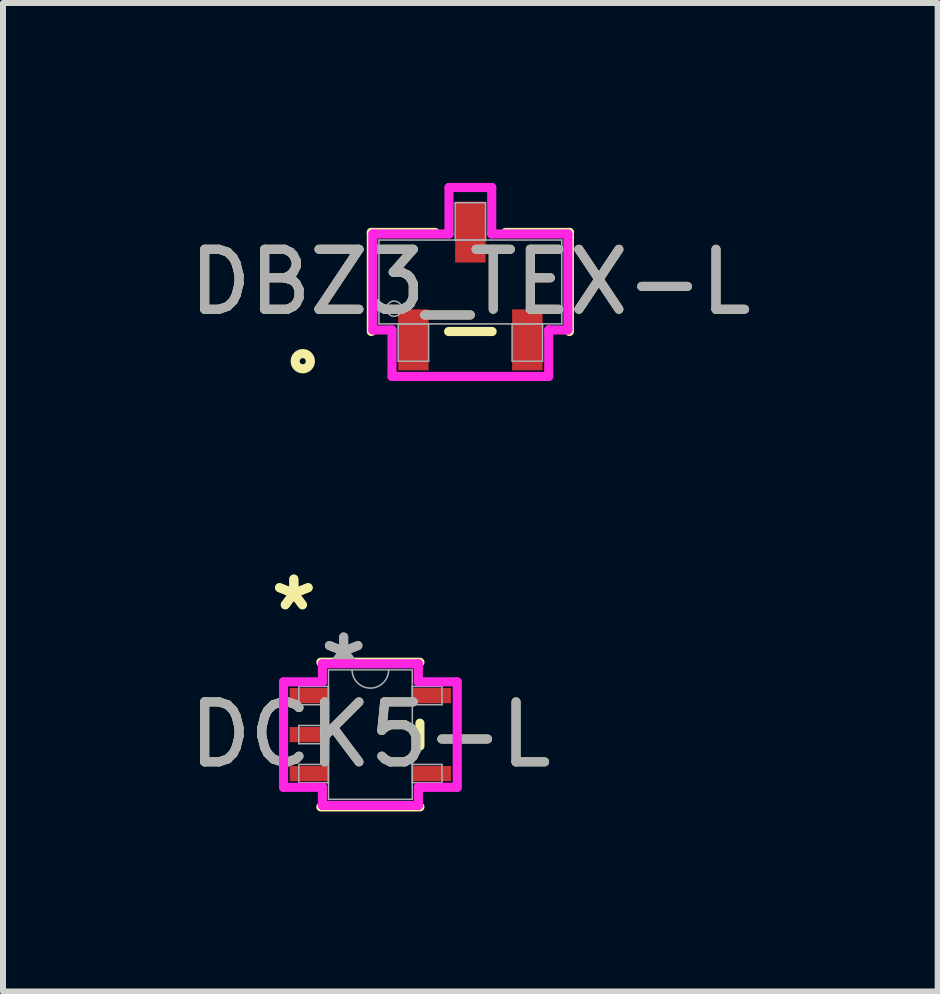
<source format=kicad_pcb>
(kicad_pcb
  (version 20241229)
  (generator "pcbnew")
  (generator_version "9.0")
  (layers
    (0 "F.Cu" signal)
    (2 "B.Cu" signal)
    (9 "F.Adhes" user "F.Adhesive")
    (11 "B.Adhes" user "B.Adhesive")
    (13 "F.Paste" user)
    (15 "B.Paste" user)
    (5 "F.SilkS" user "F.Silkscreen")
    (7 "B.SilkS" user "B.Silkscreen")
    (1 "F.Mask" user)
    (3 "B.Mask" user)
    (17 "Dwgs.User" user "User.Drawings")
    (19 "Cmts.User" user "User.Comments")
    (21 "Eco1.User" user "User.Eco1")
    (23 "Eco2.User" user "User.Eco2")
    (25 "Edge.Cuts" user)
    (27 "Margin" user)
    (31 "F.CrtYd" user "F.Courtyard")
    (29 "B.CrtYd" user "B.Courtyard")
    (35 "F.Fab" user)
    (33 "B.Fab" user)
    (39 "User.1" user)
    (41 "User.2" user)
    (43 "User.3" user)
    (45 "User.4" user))
  (footprint "DCK5-L"
    (layer "F.Cu")
    (at 3.125 9.197)
    (property "Reference" "DCK5-L" (at 0 0 0) (unlocked yes) (layer "F.SilkS") (effects (font (size 1 1) (thickness 0.15))))
    (attr smd)
    (fp_line (start -0.826 1.206) (end 0.826 1.206) (stroke (width 0.152) (type solid)) (layer "F.SilkS"))
    (fp_line (start 0.826 -1.206) (end -0.826 -1.206) (stroke (width 0.152) (type solid)) (layer "F.SilkS"))
    (fp_line (start 0.826 0.19) (end 0.826 -0.19) (stroke (width 0.152) (type solid)) (layer "F.SilkS"))
    (fp_line (start -1.448 -0.879) (end -0.8 -0.879) (stroke (width 0.152) (type solid)) (layer "F.CrtYd"))
    (fp_line (start -1.448 0.879) (end -1.448 -0.879) (stroke (width 0.152) (type solid)) (layer "F.CrtYd"))
    (fp_line (start -0.8 -1.181) (end 0.8 -1.181) (stroke (width 0.152) (type solid)) (layer "F.CrtYd"))
    (fp_line (start -0.8 -0.879) (end -0.8 -1.181) (stroke (width 0.152) (type solid)) (layer "F.CrtYd"))
    (fp_line (start -0.8 0.879) (end -1.448 0.879) (stroke (width 0.152) (type solid)) (layer "F.CrtYd"))
    (fp_line (start -0.8 1.181) (end -0.8 0.879) (stroke (width 0.152) (type solid)) (layer "F.CrtYd"))
    (fp_line (start 0.8 -1.181) (end 0.8 -0.879) (stroke (width 0.152) (type solid)) (layer "F.CrtYd"))
    (fp_line (start 0.8 -0.879) (end 1.448 -0.879) (stroke (width 0.152) (type solid)) (layer "F.CrtYd"))
    (fp_line (start 0.8 0.879) (end 0.8 1.181) (stroke (width 0.152) (type solid)) (layer "F.CrtYd"))
    (fp_line (start 0.8 1.181) (end -0.8 1.181) (stroke (width 0.152) (type solid)) (layer "F.CrtYd"))
    (fp_line (start 1.448 -0.879) (end 1.448 0.879) (stroke (width 0.152) (type solid)) (layer "F.CrtYd"))
    (fp_line (start 1.448 0.879) (end 0.8 0.879) (stroke (width 0.152) (type solid)) (layer "F.CrtYd"))
    (fp_line (start -1.194 -0.802) (end -1.194 -0.498) (stroke (width 0.025) (type solid)) (layer "F.Fab"))
    (fp_line (start -1.194 -0.498) (end -0.699 -0.498) (stroke (width 0.025) (type solid)) (layer "F.Fab"))
    (fp_line (start -1.194 -0.152) (end -1.194 0.152) (stroke (width 0.025) (type solid)) (layer "F.Fab"))
    (fp_line (start -1.194 0.152) (end -0.699 0.152) (stroke (width 0.025) (type solid)) (layer "F.Fab"))
    (fp_line (start -1.194 0.498) (end -1.194 0.802) (stroke (width 0.025) (type solid)) (layer "F.Fab"))
    (fp_line (start -1.194 0.802) (end -0.699 0.802) (stroke (width 0.025) (type solid)) (layer "F.Fab"))
    (fp_line (start -0.699 -1.079) (end -0.699 1.079) (stroke (width 0.025) (type solid)) (layer "F.Fab"))
    (fp_line (start -0.699 -0.802) (end -1.194 -0.802) (stroke (width 0.025) (type solid)) (layer "F.Fab"))
    (fp_line (start -0.699 -0.498) (end -0.699 -0.802) (stroke (width 0.025) (type solid)) (layer "F.Fab"))
    (fp_line (start -0.699 -0.152) (end -1.194 -0.152) (stroke (width 0.025) (type solid)) (layer "F.Fab"))
    (fp_line (start -0.699 0.152) (end -0.699 -0.152) (stroke (width 0.025) (type solid)) (layer "F.Fab"))
    (fp_line (start -0.699 0.498) (end -1.194 0.498) (stroke (width 0.025) (type solid)) (layer "F.Fab"))
    (fp_line (start -0.699 0.802) (end -0.699 0.498) (stroke (width 0.025) (type solid)) (layer "F.Fab"))
    (fp_line (start -0.699 1.079) (end 0.699 1.079) (stroke (width 0.025) (type solid)) (layer "F.Fab"))
    (fp_line (start 0.699 -1.079) (end -0.699 -1.079) (stroke (width 0.025) (type solid)) (layer "F.Fab"))
    (fp_line (start 0.699 -0.802) (end 0.699 -0.498) (stroke (width 0.025) (type solid)) (layer "F.Fab"))
    (fp_line (start 0.699 -0.498) (end 1.194 -0.498) (stroke (width 0.025) (type solid)) (layer "F.Fab"))
    (fp_line (start 0.699 0.498) (end 0.699 0.802) (stroke (width 0.025) (type solid)) (layer "F.Fab"))
    (fp_line (start 0.699 0.802) (end 1.194 0.802) (stroke (width 0.025) (type solid)) (layer "F.Fab"))
    (fp_line (start 0.699 1.079) (end 0.699 -1.079) (stroke (width 0.025) (type solid)) (layer "F.Fab"))
    (fp_line (start 1.194 -0.802) (end 0.699 -0.802) (stroke (width 0.025) (type solid)) (layer "F.Fab"))
    (fp_line (start 1.194 -0.498) (end 1.194 -0.802) (stroke (width 0.025) (type solid)) (layer "F.Fab"))
    (fp_line (start 1.194 0.498) (end 0.699 0.498) (stroke (width 0.025) (type solid)) (layer "F.Fab"))
    (fp_line (start 1.194 0.802) (end 1.194 0.498) (stroke (width 0.025) (type solid)) (layer "F.Fab"))
    (fp_arc (start 0.3048 -1.0795) (mid 0 -0.7747) (end -0.3048 -1.0795) (stroke (width 0.0254) (type solid)) (layer "F.Fab"))
    (fp_text user "*" (at -1.276 -2.047 0) (layer "F.SilkS") (effects (font (size 1 1) (thickness 0.15))))
    (fp_text user "*" (at -1.276 -2.047 0) (unlocked yes) (layer "F.SilkS") (effects (font (size 1 1) (thickness 0.15))))
    (fp_text user "*" (at -0.445 -1.082 0) (unlocked yes) (layer "F.Fab") (effects (font (size 1 1) (thickness 0.15))))
    (fp_text user "${REFERENCE}" (at 0 0 0) (unlocked yes) (layer "F.Fab") (effects (font (size 1 1) (thickness 0.15))))
    (fp_text user "*" (at -0.445 -1.082 0) (layer "F.Fab") (effects (font (size 1 1) (thickness 0.15))))
    (pad "1" smd rect (at -1.022 -0.65) (size 0.648 0.254) (layers "F.Cu" "F.Mask" "F.Paste"))
    (pad "2" smd rect (at -1.022 0) (size 0.648 0.254) (layers "F.Cu" "F.Mask" "F.Paste"))
    (pad "3" smd rect (at -1.022 0.65) (size 0.648 0.254) (layers "F.Cu" "F.Mask" "F.Paste"))
    (pad "4" smd rect (at 1.022 0.65) (size 0.648 0.254) (layers "F.Cu" "F.Mask" "F.Paste"))
    (pad "5" smd rect (at 1.022 -0.65) (size 0.648 0.254) (layers "F.Cu" "F.Mask" "F.Paste")))
  (footprint "DBZ3_TEX-L"
    (layer "F.Cu")
    (at 4.792 1.651)
    (property "Reference" "DBZ3_TEX-L" (at 0 0 0) (unlocked yes) (layer "F.SilkS") (effects (font (size 1 1) (thickness 0.15))))
    (attr smd)
    (fp_line (start -1.651 -0.826) (end -1.651 0.826) (stroke (width 0.152) (type solid)) (layer "F.SilkS"))
    (fp_line (start -0.587 -0.826) (end -1.651 -0.826) (stroke (width 0.152) (type solid)) (layer "F.SilkS"))
    (fp_line (start -0.363 0.826) (end 0.363 0.826) (stroke (width 0.152) (type solid)) (layer "F.SilkS"))
    (fp_line (start 1.651 -0.826) (end 0.587 -0.826) (stroke (width 0.152) (type solid)) (layer "F.SilkS"))
    (fp_line (start 1.651 0.826) (end 1.651 -0.826) (stroke (width 0.152) (type solid)) (layer "F.SilkS"))
    (fp_circle (center -2.794 1.321) (end -2.667 1.321) (stroke (width 0.152) (type solid)) (fill no) (layer "F.SilkS"))
    (fp_line (start -1.626 -0.8) (end -0.356 -0.8) (stroke (width 0.152) (type solid)) (layer "F.CrtYd"))
    (fp_line (start -1.626 0.8) (end -1.626 -0.8) (stroke (width 0.152) (type solid)) (layer "F.CrtYd"))
    (fp_line (start -1.626 0.8) (end -1.306 0.8) (stroke (width 0.152) (type solid)) (layer "F.CrtYd"))
    (fp_line (start -1.306 0.8) (end -1.306 1.575) (stroke (width 0.152) (type solid)) (layer "F.CrtYd"))
    (fp_line (start -1.306 1.575) (end 1.306 1.575) (stroke (width 0.152) (type solid)) (layer "F.CrtYd"))
    (fp_line (start -0.356 -1.575) (end 0.356 -1.575) (stroke (width 0.152) (type solid)) (layer "F.CrtYd"))
    (fp_line (start -0.356 -0.8) (end -0.356 -1.575) (stroke (width 0.152) (type solid)) (layer "F.CrtYd"))
    (fp_line (start 0.356 -0.8) (end 0.356 -1.575) (stroke (width 0.152) (type solid)) (layer "F.CrtYd"))
    (fp_line (start 1.306 0.8) (end 1.306 1.575) (stroke (width 0.152) (type solid)) (layer "F.CrtYd"))
    (fp_line (start 1.626 -0.8) (end 0.356 -0.8) (stroke (width 0.152) (type solid)) (layer "F.CrtYd"))
    (fp_line (start 1.626 -0.8) (end 1.626 0.8) (stroke (width 0.152) (type solid)) (layer "F.CrtYd"))
    (fp_line (start 1.626 0.8) (end 1.306 0.8) (stroke (width 0.152) (type solid)) (layer "F.CrtYd"))
    (fp_line (start -1.524 -0.699) (end -1.524 0.699) (stroke (width 0.025) (type solid)) (layer "F.Fab"))
    (fp_line (start -1.524 0.699) (end 1.524 0.699) (stroke (width 0.025) (type solid)) (layer "F.Fab"))
    (fp_line (start -1.204 0.699) (end -1.204 1.321) (stroke (width 0.025) (type solid)) (layer "F.Fab"))
    (fp_line (start -1.204 1.321) (end -0.696 1.321) (stroke (width 0.025) (type solid)) (layer "F.Fab"))
    (fp_line (start -0.696 0.699) (end -1.204 0.699) (stroke (width 0.025) (type solid)) (layer "F.Fab"))
    (fp_line (start -0.696 1.321) (end -0.696 0.699) (stroke (width 0.025) (type solid)) (layer "F.Fab"))
    (fp_line (start -0.254 -1.321) (end -0.254 -0.699) (stroke (width 0.025) (type solid)) (layer "F.Fab"))
    (fp_line (start -0.254 -0.699) (end 0.254 -0.699) (stroke (width 0.025) (type solid)) (layer "F.Fab"))
    (fp_line (start 0.254 -1.321) (end -0.254 -1.321) (stroke (width 0.025) (type solid)) (layer "F.Fab"))
    (fp_line (start 0.254 -0.699) (end 0.254 -1.321) (stroke (width 0.025) (type solid)) (layer "F.Fab"))
    (fp_line (start 0.696 0.699) (end 0.696 1.321) (stroke (width 0.025) (type solid)) (layer "F.Fab"))
    (fp_line (start 0.696 1.321) (end 1.204 1.321) (stroke (width 0.025) (type solid)) (layer "F.Fab"))
    (fp_line (start 1.204 0.699) (end 0.696 0.699) (stroke (width 0.025) (type solid)) (layer "F.Fab"))
    (fp_line (start 1.204 1.321) (end 1.204 0.699) (stroke (width 0.025) (type solid)) (layer "F.Fab"))
    (fp_line (start 1.524 -0.699) (end -1.524 -0.699) (stroke (width 0.025) (type solid)) (layer "F.Fab"))
    (fp_line (start 1.524 0.699) (end 1.524 -0.699) (stroke (width 0.025) (type solid)) (layer "F.Fab"))
    (fp_circle (center -1.27 0.445) (end -1.143 0.445) (stroke (width 0.025) (type solid)) (fill no) (layer "F.Fab"))
    (fp_text user "${REFERENCE}" (at 0 0 0) (unlocked yes) (layer "F.Fab") (effects (font (size 1 1) (thickness 0.15))))
    (pad "1" smd rect (at -0.95 0.965) (size 0.508 1.016) (layers "F.Cu" "F.Mask" "F.Paste"))
    (pad "2" smd rect (at 0.95 0.965) (size 0.508 1.016) (layers "F.Cu" "F.Mask" "F.Paste"))
    (pad "3" smd rect (at 0 -0.832) (size 0.508 1.016) (layers "F.Cu" "F.Mask" "F.Paste")))
  (gr_rect
    (start -3 -3)
    (end 12.583 13.48)
    (stroke (width 0.1) (type default))
    (fill no)
    (layer "Edge.Cuts")))
</source>
